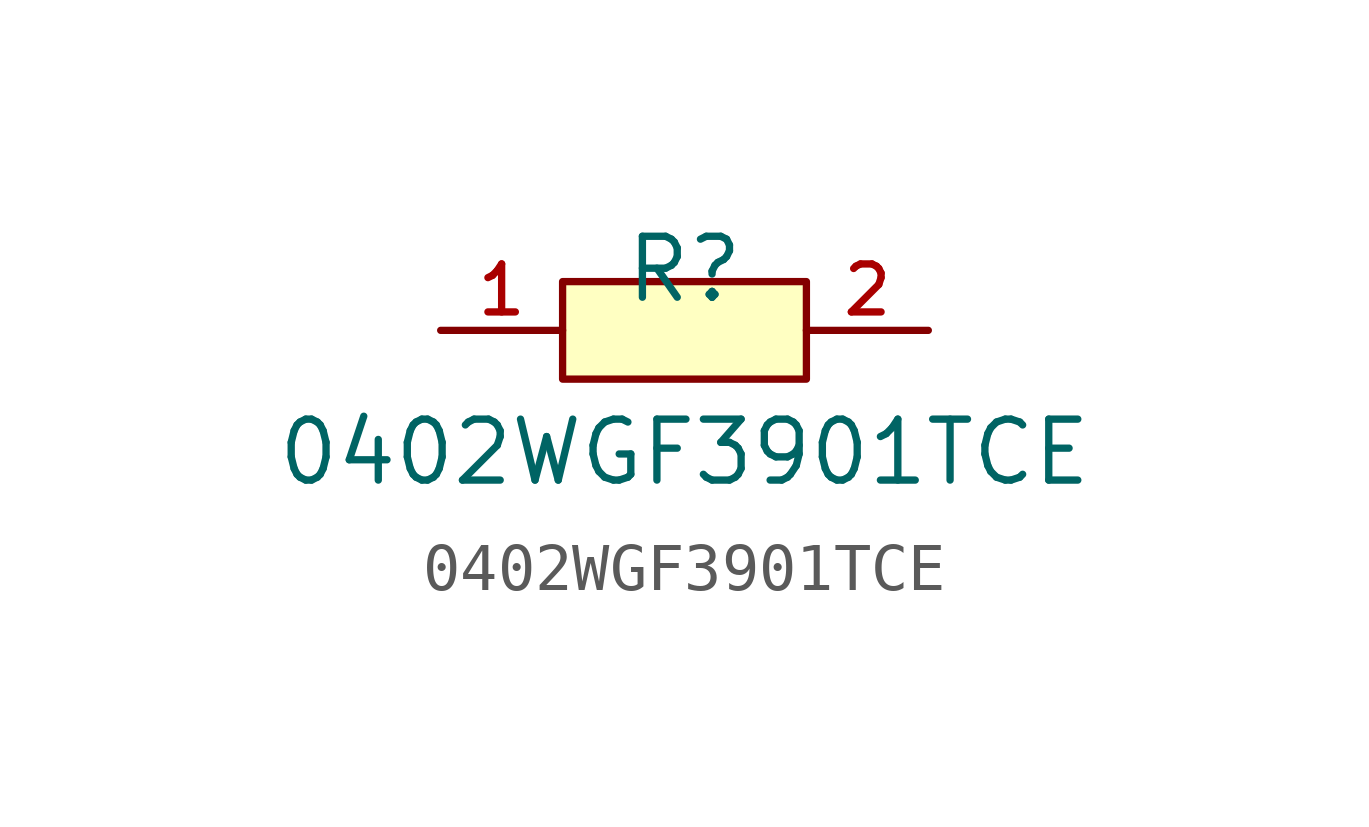
<source format=kicad_sym>
(kicad_symbol_lib
  (version 20210201)
  (generator TousstNicolas/JLC2KiCad_lib)
  (symbol "0402WGF3901TCE"
    (pin_names hide)
    (property "Reference" "R"
      (at 0 1.27 0)
      (effects (font (size 1.27 1.27))))
    (property "Value" "0402WGF3901TCE"
      (at 0 -2.54 0)
      (effects (font (size 1.27 1.27))))
    (symbol "0402WGF3901TCE_0_1"
      (pin input line (at 5.08 -0.0 180) (length 2.54) (name "2" (effects (font (size 1 1)))) (number "2" (effects (font (size 1 1)))))
      (pin input line (at -5.08 -0.0 0) (length 2.54) (name "1" (effects (font (size 1 1)))) (number "1" (effects (font (size 1 1)))))
      (rectangle (start -2.54 1.016) (end 2.54 -1.016) (stroke (width 0) (type default) (color 0 0 0 0)) (fill (type background))))))
</source>
